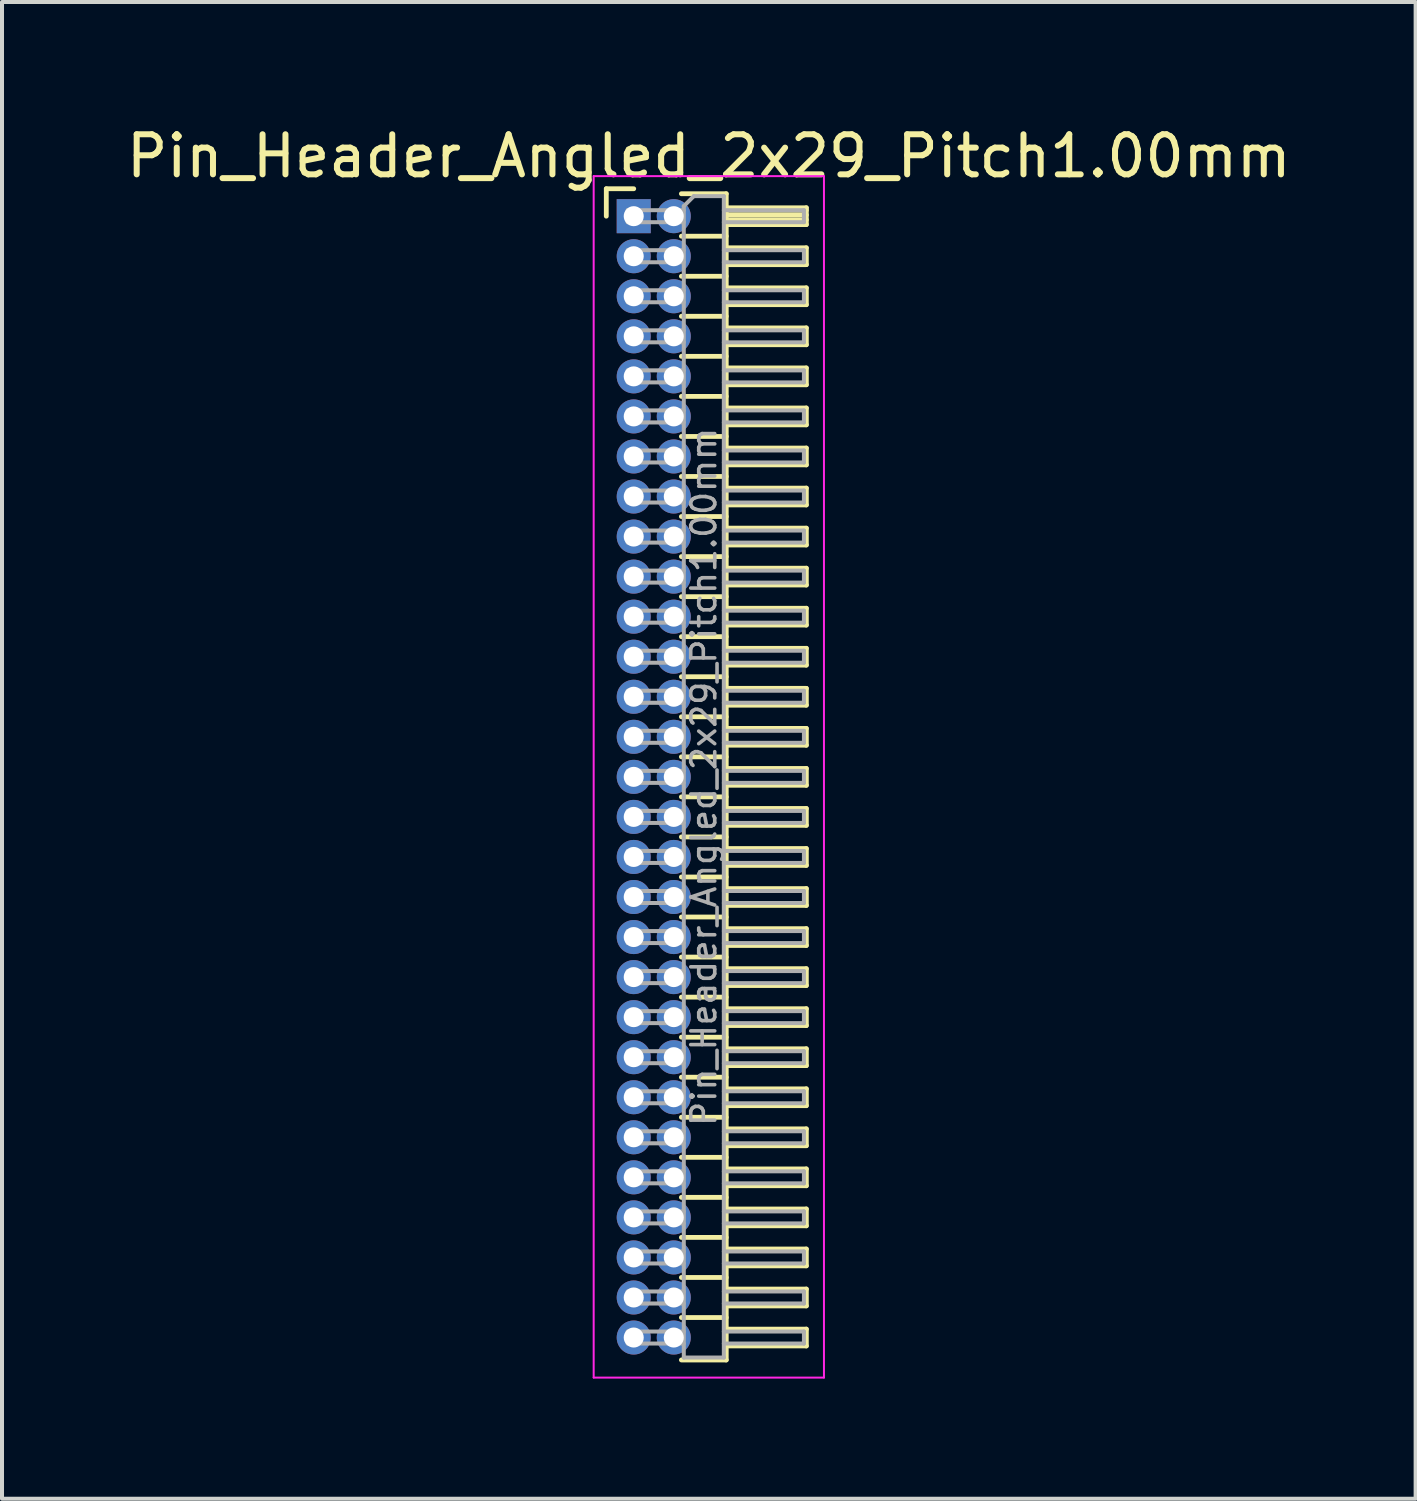
<source format=kicad_pcb>
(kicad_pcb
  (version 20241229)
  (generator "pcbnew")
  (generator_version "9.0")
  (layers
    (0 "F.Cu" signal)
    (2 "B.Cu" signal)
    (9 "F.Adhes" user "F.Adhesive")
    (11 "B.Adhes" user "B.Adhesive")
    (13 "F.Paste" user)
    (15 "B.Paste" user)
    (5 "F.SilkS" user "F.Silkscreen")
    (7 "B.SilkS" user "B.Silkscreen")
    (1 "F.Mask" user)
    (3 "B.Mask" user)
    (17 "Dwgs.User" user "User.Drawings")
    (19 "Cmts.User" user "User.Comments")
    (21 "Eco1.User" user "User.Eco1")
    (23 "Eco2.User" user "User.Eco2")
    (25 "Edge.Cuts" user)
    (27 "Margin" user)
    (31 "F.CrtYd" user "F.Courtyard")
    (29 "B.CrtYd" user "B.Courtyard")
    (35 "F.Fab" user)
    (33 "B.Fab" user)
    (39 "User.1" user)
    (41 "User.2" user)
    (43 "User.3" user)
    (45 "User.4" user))
  (footprint "Pin_Header_Angled_2x29_Pitch1.00mm"
    (layer "F.Cu")
    (at 12.774 2.348)
    (property "Reference" "Pin_Header_Angled_2x29_Pitch1.00mm" (at 1.875 -1.5 0) (layer "F.SilkS") (effects (font (size 1 1) (thickness 0.15))))
    (attr through_hole)
    (fp_line (start -0.685 -0.685) (end 0 -0.685) (stroke (width 0.12) (type solid)) (layer "F.SilkS"))
    (fp_line (start -0.685 0) (end -0.685 -0.685) (stroke (width 0.12) (type solid)) (layer "F.SilkS"))
    (fp_line (start 1.19 -0.56) (end 2.31 -0.56) (stroke (width 0.12) (type solid)) (layer "F.SilkS"))
    (fp_line (start 1.19 0.5) (end 2.31 0.5) (stroke (width 0.12) (type solid)) (layer "F.SilkS"))
    (fp_line (start 1.19 1.5) (end 2.31 1.5) (stroke (width 0.12) (type solid)) (layer "F.SilkS"))
    (fp_line (start 1.19 2.5) (end 2.31 2.5) (stroke (width 0.12) (type solid)) (layer "F.SilkS"))
    (fp_line (start 1.19 3.5) (end 2.31 3.5) (stroke (width 0.12) (type solid)) (layer "F.SilkS"))
    (fp_line (start 1.19 4.5) (end 2.31 4.5) (stroke (width 0.12) (type solid)) (layer "F.SilkS"))
    (fp_line (start 1.19 5.5) (end 2.31 5.5) (stroke (width 0.12) (type solid)) (layer "F.SilkS"))
    (fp_line (start 1.19 6.5) (end 2.31 6.5) (stroke (width 0.12) (type solid)) (layer "F.SilkS"))
    (fp_line (start 1.19 7.5) (end 2.31 7.5) (stroke (width 0.12) (type solid)) (layer "F.SilkS"))
    (fp_line (start 1.19 8.5) (end 2.31 8.5) (stroke (width 0.12) (type solid)) (layer "F.SilkS"))
    (fp_line (start 1.19 9.5) (end 2.31 9.5) (stroke (width 0.12) (type solid)) (layer "F.SilkS"))
    (fp_line (start 1.19 10.5) (end 2.31 10.5) (stroke (width 0.12) (type solid)) (layer "F.SilkS"))
    (fp_line (start 1.19 11.5) (end 2.31 11.5) (stroke (width 0.12) (type solid)) (layer "F.SilkS"))
    (fp_line (start 1.19 12.5) (end 2.31 12.5) (stroke (width 0.12) (type solid)) (layer "F.SilkS"))
    (fp_line (start 1.19 13.5) (end 2.31 13.5) (stroke (width 0.12) (type solid)) (layer "F.SilkS"))
    (fp_line (start 1.19 14.5) (end 2.31 14.5) (stroke (width 0.12) (type solid)) (layer "F.SilkS"))
    (fp_line (start 1.19 15.5) (end 2.31 15.5) (stroke (width 0.12) (type solid)) (layer "F.SilkS"))
    (fp_line (start 1.19 16.5) (end 2.31 16.5) (stroke (width 0.12) (type solid)) (layer "F.SilkS"))
    (fp_line (start 1.19 17.5) (end 2.31 17.5) (stroke (width 0.12) (type solid)) (layer "F.SilkS"))
    (fp_line (start 1.19 18.5) (end 2.31 18.5) (stroke (width 0.12) (type solid)) (layer "F.SilkS"))
    (fp_line (start 1.19 19.5) (end 2.31 19.5) (stroke (width 0.12) (type solid)) (layer "F.SilkS"))
    (fp_line (start 1.19 20.5) (end 2.31 20.5) (stroke (width 0.12) (type solid)) (layer "F.SilkS"))
    (fp_line (start 1.19 21.5) (end 2.31 21.5) (stroke (width 0.12) (type solid)) (layer "F.SilkS"))
    (fp_line (start 1.19 22.5) (end 2.31 22.5) (stroke (width 0.12) (type solid)) (layer "F.SilkS"))
    (fp_line (start 1.19 23.5) (end 2.31 23.5) (stroke (width 0.12) (type solid)) (layer "F.SilkS"))
    (fp_line (start 1.19 24.5) (end 2.31 24.5) (stroke (width 0.12) (type solid)) (layer "F.SilkS"))
    (fp_line (start 1.19 25.5) (end 2.31 25.5) (stroke (width 0.12) (type solid)) (layer "F.SilkS"))
    (fp_line (start 1.19 26.5) (end 2.31 26.5) (stroke (width 0.12) (type solid)) (layer "F.SilkS"))
    (fp_line (start 1.19 27.5) (end 2.31 27.5) (stroke (width 0.12) (type solid)) (layer "F.SilkS"))
    (fp_line (start 2.31 -0.56) (end 2.31 28.56) (stroke (width 0.12) (type solid)) (layer "F.SilkS"))
    (fp_line (start 2.31 -0.21) (end 4.31 -0.21) (stroke (width 0.12) (type solid)) (layer "F.SilkS"))
    (fp_line (start 2.31 -0.15) (end 4.31 -0.15) (stroke (width 0.12) (type solid)) (layer "F.SilkS"))
    (fp_line (start 2.31 -0.03) (end 4.31 -0.03) (stroke (width 0.12) (type solid)) (layer "F.SilkS"))
    (fp_line (start 2.31 0.09) (end 4.31 0.09) (stroke (width 0.12) (type solid)) (layer "F.SilkS"))
    (fp_line (start 2.31 0.79) (end 4.31 0.79) (stroke (width 0.12) (type solid)) (layer "F.SilkS"))
    (fp_line (start 2.31 1.79) (end 4.31 1.79) (stroke (width 0.12) (type solid)) (layer "F.SilkS"))
    (fp_line (start 2.31 2.79) (end 4.31 2.79) (stroke (width 0.12) (type solid)) (layer "F.SilkS"))
    (fp_line (start 2.31 3.79) (end 4.31 3.79) (stroke (width 0.12) (type solid)) (layer "F.SilkS"))
    (fp_line (start 2.31 4.79) (end 4.31 4.79) (stroke (width 0.12) (type solid)) (layer "F.SilkS"))
    (fp_line (start 2.31 5.79) (end 4.31 5.79) (stroke (width 0.12) (type solid)) (layer "F.SilkS"))
    (fp_line (start 2.31 6.79) (end 4.31 6.79) (stroke (width 0.12) (type solid)) (layer "F.SilkS"))
    (fp_line (start 2.31 7.79) (end 4.31 7.79) (stroke (width 0.12) (type solid)) (layer "F.SilkS"))
    (fp_line (start 2.31 8.79) (end 4.31 8.79) (stroke (width 0.12) (type solid)) (layer "F.SilkS"))
    (fp_line (start 2.31 9.79) (end 4.31 9.79) (stroke (width 0.12) (type solid)) (layer "F.SilkS"))
    (fp_line (start 2.31 10.79) (end 4.31 10.79) (stroke (width 0.12) (type solid)) (layer "F.SilkS"))
    (fp_line (start 2.31 11.79) (end 4.31 11.79) (stroke (width 0.12) (type solid)) (layer "F.SilkS"))
    (fp_line (start 2.31 12.79) (end 4.31 12.79) (stroke (width 0.12) (type solid)) (layer "F.SilkS"))
    (fp_line (start 2.31 13.79) (end 4.31 13.79) (stroke (width 0.12) (type solid)) (layer "F.SilkS"))
    (fp_line (start 2.31 14.79) (end 4.31 14.79) (stroke (width 0.12) (type solid)) (layer "F.SilkS"))
    (fp_line (start 2.31 15.79) (end 4.31 15.79) (stroke (width 0.12) (type solid)) (layer "F.SilkS"))
    (fp_line (start 2.31 16.79) (end 4.31 16.79) (stroke (width 0.12) (type solid)) (layer "F.SilkS"))
    (fp_line (start 2.31 17.79) (end 4.31 17.79) (stroke (width 0.12) (type solid)) (layer "F.SilkS"))
    (fp_line (start 2.31 18.79) (end 4.31 18.79) (stroke (width 0.12) (type solid)) (layer "F.SilkS"))
    (fp_line (start 2.31 19.79) (end 4.31 19.79) (stroke (width 0.12) (type solid)) (layer "F.SilkS"))
    (fp_line (start 2.31 20.79) (end 4.31 20.79) (stroke (width 0.12) (type solid)) (layer "F.SilkS"))
    (fp_line (start 2.31 21.79) (end 4.31 21.79) (stroke (width 0.12) (type solid)) (layer "F.SilkS"))
    (fp_line (start 2.31 22.79) (end 4.31 22.79) (stroke (width 0.12) (type solid)) (layer "F.SilkS"))
    (fp_line (start 2.31 23.79) (end 4.31 23.79) (stroke (width 0.12) (type solid)) (layer "F.SilkS"))
    (fp_line (start 2.31 24.79) (end 4.31 24.79) (stroke (width 0.12) (type solid)) (layer "F.SilkS"))
    (fp_line (start 2.31 25.79) (end 4.31 25.79) (stroke (width 0.12) (type solid)) (layer "F.SilkS"))
    (fp_line (start 2.31 26.79) (end 4.31 26.79) (stroke (width 0.12) (type solid)) (layer "F.SilkS"))
    (fp_line (start 2.31 27.79) (end 4.31 27.79) (stroke (width 0.12) (type solid)) (layer "F.SilkS"))
    (fp_line (start 2.31 28.56) (end 1.19 28.56) (stroke (width 0.12) (type solid)) (layer "F.SilkS"))
    (fp_line (start 4.31 -0.21) (end 4.31 0.21) (stroke (width 0.12) (type solid)) (layer "F.SilkS"))
    (fp_line (start 4.31 0.21) (end 2.31 0.21) (stroke (width 0.12) (type solid)) (layer "F.SilkS"))
    (fp_line (start 4.31 0.79) (end 4.31 1.21) (stroke (width 0.12) (type solid)) (layer "F.SilkS"))
    (fp_line (start 4.31 1.21) (end 2.31 1.21) (stroke (width 0.12) (type solid)) (layer "F.SilkS"))
    (fp_line (start 4.31 1.79) (end 4.31 2.21) (stroke (width 0.12) (type solid)) (layer "F.SilkS"))
    (fp_line (start 4.31 2.21) (end 2.31 2.21) (stroke (width 0.12) (type solid)) (layer "F.SilkS"))
    (fp_line (start 4.31 2.79) (end 4.31 3.21) (stroke (width 0.12) (type solid)) (layer "F.SilkS"))
    (fp_line (start 4.31 3.21) (end 2.31 3.21) (stroke (width 0.12) (type solid)) (layer "F.SilkS"))
    (fp_line (start 4.31 3.79) (end 4.31 4.21) (stroke (width 0.12) (type solid)) (layer "F.SilkS"))
    (fp_line (start 4.31 4.21) (end 2.31 4.21) (stroke (width 0.12) (type solid)) (layer "F.SilkS"))
    (fp_line (start 4.31 4.79) (end 4.31 5.21) (stroke (width 0.12) (type solid)) (layer "F.SilkS"))
    (fp_line (start 4.31 5.21) (end 2.31 5.21) (stroke (width 0.12) (type solid)) (layer "F.SilkS"))
    (fp_line (start 4.31 5.79) (end 4.31 6.21) (stroke (width 0.12) (type solid)) (layer "F.SilkS"))
    (fp_line (start 4.31 6.21) (end 2.31 6.21) (stroke (width 0.12) (type solid)) (layer "F.SilkS"))
    (fp_line (start 4.31 6.79) (end 4.31 7.21) (stroke (width 0.12) (type solid)) (layer "F.SilkS"))
    (fp_line (start 4.31 7.21) (end 2.31 7.21) (stroke (width 0.12) (type solid)) (layer "F.SilkS"))
    (fp_line (start 4.31 7.79) (end 4.31 8.21) (stroke (width 0.12) (type solid)) (layer "F.SilkS"))
    (fp_line (start 4.31 8.21) (end 2.31 8.21) (stroke (width 0.12) (type solid)) (layer "F.SilkS"))
    (fp_line (start 4.31 8.79) (end 4.31 9.21) (stroke (width 0.12) (type solid)) (layer "F.SilkS"))
    (fp_line (start 4.31 9.21) (end 2.31 9.21) (stroke (width 0.12) (type solid)) (layer "F.SilkS"))
    (fp_line (start 4.31 9.79) (end 4.31 10.21) (stroke (width 0.12) (type solid)) (layer "F.SilkS"))
    (fp_line (start 4.31 10.21) (end 2.31 10.21) (stroke (width 0.12) (type solid)) (layer "F.SilkS"))
    (fp_line (start 4.31 10.79) (end 4.31 11.21) (stroke (width 0.12) (type solid)) (layer "F.SilkS"))
    (fp_line (start 4.31 11.21) (end 2.31 11.21) (stroke (width 0.12) (type solid)) (layer "F.SilkS"))
    (fp_line (start 4.31 11.79) (end 4.31 12.21) (stroke (width 0.12) (type solid)) (layer "F.SilkS"))
    (fp_line (start 4.31 12.21) (end 2.31 12.21) (stroke (width 0.12) (type solid)) (layer "F.SilkS"))
    (fp_line (start 4.31 12.79) (end 4.31 13.21) (stroke (width 0.12) (type solid)) (layer "F.SilkS"))
    (fp_line (start 4.31 13.21) (end 2.31 13.21) (stroke (width 0.12) (type solid)) (layer "F.SilkS"))
    (fp_line (start 4.31 13.79) (end 4.31 14.21) (stroke (width 0.12) (type solid)) (layer "F.SilkS"))
    (fp_line (start 4.31 14.21) (end 2.31 14.21) (stroke (width 0.12) (type solid)) (layer "F.SilkS"))
    (fp_line (start 4.31 14.79) (end 4.31 15.21) (stroke (width 0.12) (type solid)) (layer "F.SilkS"))
    (fp_line (start 4.31 15.21) (end 2.31 15.21) (stroke (width 0.12) (type solid)) (layer "F.SilkS"))
    (fp_line (start 4.31 15.79) (end 4.31 16.21) (stroke (width 0.12) (type solid)) (layer "F.SilkS"))
    (fp_line (start 4.31 16.21) (end 2.31 16.21) (stroke (width 0.12) (type solid)) (layer "F.SilkS"))
    (fp_line (start 4.31 16.79) (end 4.31 17.21) (stroke (width 0.12) (type solid)) (layer "F.SilkS"))
    (fp_line (start 4.31 17.21) (end 2.31 17.21) (stroke (width 0.12) (type solid)) (layer "F.SilkS"))
    (fp_line (start 4.31 17.79) (end 4.31 18.21) (stroke (width 0.12) (type solid)) (layer "F.SilkS"))
    (fp_line (start 4.31 18.21) (end 2.31 18.21) (stroke (width 0.12) (type solid)) (layer "F.SilkS"))
    (fp_line (start 4.31 18.79) (end 4.31 19.21) (stroke (width 0.12) (type solid)) (layer "F.SilkS"))
    (fp_line (start 4.31 19.21) (end 2.31 19.21) (stroke (width 0.12) (type solid)) (layer "F.SilkS"))
    (fp_line (start 4.31 19.79) (end 4.31 20.21) (stroke (width 0.12) (type solid)) (layer "F.SilkS"))
    (fp_line (start 4.31 20.21) (end 2.31 20.21) (stroke (width 0.12) (type solid)) (layer "F.SilkS"))
    (fp_line (start 4.31 20.79) (end 4.31 21.21) (stroke (width 0.12) (type solid)) (layer "F.SilkS"))
    (fp_line (start 4.31 21.21) (end 2.31 21.21) (stroke (width 0.12) (type solid)) (layer "F.SilkS"))
    (fp_line (start 4.31 21.79) (end 4.31 22.21) (stroke (width 0.12) (type solid)) (layer "F.SilkS"))
    (fp_line (start 4.31 22.21) (end 2.31 22.21) (stroke (width 0.12) (type solid)) (layer "F.SilkS"))
    (fp_line (start 4.31 22.79) (end 4.31 23.21) (stroke (width 0.12) (type solid)) (layer "F.SilkS"))
    (fp_line (start 4.31 23.21) (end 2.31 23.21) (stroke (width 0.12) (type solid)) (layer "F.SilkS"))
    (fp_line (start 4.31 23.79) (end 4.31 24.21) (stroke (width 0.12) (type solid)) (layer "F.SilkS"))
    (fp_line (start 4.31 24.21) (end 2.31 24.21) (stroke (width 0.12) (type solid)) (layer "F.SilkS"))
    (fp_line (start 4.31 24.79) (end 4.31 25.21) (stroke (width 0.12) (type solid)) (layer "F.SilkS"))
    (fp_line (start 4.31 25.21) (end 2.31 25.21) (stroke (width 0.12) (type solid)) (layer "F.SilkS"))
    (fp_line (start 4.31 25.79) (end 4.31 26.21) (stroke (width 0.12) (type solid)) (layer "F.SilkS"))
    (fp_line (start 4.31 26.21) (end 2.31 26.21) (stroke (width 0.12) (type solid)) (layer "F.SilkS"))
    (fp_line (start 4.31 26.79) (end 4.31 27.21) (stroke (width 0.12) (type solid)) (layer "F.SilkS"))
    (fp_line (start 4.31 27.21) (end 2.31 27.21) (stroke (width 0.12) (type solid)) (layer "F.SilkS"))
    (fp_line (start 4.31 27.79) (end 4.31 28.21) (stroke (width 0.12) (type solid)) (layer "F.SilkS"))
    (fp_line (start 4.31 28.21) (end 2.31 28.21) (stroke (width 0.12) (type solid)) (layer "F.SilkS"))
    (fp_line (start -1 -1) (end -1 29) (stroke (width 0.05) (type solid)) (layer "F.CrtYd"))
    (fp_line (start -1 29) (end 4.75 29) (stroke (width 0.05) (type solid)) (layer "F.CrtYd"))
    (fp_line (start 4.75 -1) (end -1 -1) (stroke (width 0.05) (type solid)) (layer "F.CrtYd"))
    (fp_line (start 4.75 29) (end 4.75 -1) (stroke (width 0.05) (type solid)) (layer "F.CrtYd"))
    (fp_line (start -0.15 -0.15) (end -0.15 0.15) (stroke (width 0.1) (type solid)) (layer "F.Fab"))
    (fp_line (start -0.15 -0.15) (end 1.25 -0.15) (stroke (width 0.1) (type solid)) (layer "F.Fab"))
    (fp_line (start -0.15 0.15) (end 1.25 0.15) (stroke (width 0.1) (type solid)) (layer "F.Fab"))
    (fp_line (start -0.15 0.85) (end -0.15 1.15) (stroke (width 0.1) (type solid)) (layer "F.Fab"))
    (fp_line (start -0.15 0.85) (end 1.25 0.85) (stroke (width 0.1) (type solid)) (layer "F.Fab"))
    (fp_line (start -0.15 1.15) (end 1.25 1.15) (stroke (width 0.1) (type solid)) (layer "F.Fab"))
    (fp_line (start -0.15 1.85) (end -0.15 2.15) (stroke (width 0.1) (type solid)) (layer "F.Fab"))
    (fp_line (start -0.15 1.85) (end 1.25 1.85) (stroke (width 0.1) (type solid)) (layer "F.Fab"))
    (fp_line (start -0.15 2.15) (end 1.25 2.15) (stroke (width 0.1) (type solid)) (layer "F.Fab"))
    (fp_line (start -0.15 2.85) (end -0.15 3.15) (stroke (width 0.1) (type solid)) (layer "F.Fab"))
    (fp_line (start -0.15 2.85) (end 1.25 2.85) (stroke (width 0.1) (type solid)) (layer "F.Fab"))
    (fp_line (start -0.15 3.15) (end 1.25 3.15) (stroke (width 0.1) (type solid)) (layer "F.Fab"))
    (fp_line (start -0.15 3.85) (end -0.15 4.15) (stroke (width 0.1) (type solid)) (layer "F.Fab"))
    (fp_line (start -0.15 3.85) (end 1.25 3.85) (stroke (width 0.1) (type solid)) (layer "F.Fab"))
    (fp_line (start -0.15 4.15) (end 1.25 4.15) (stroke (width 0.1) (type solid)) (layer "F.Fab"))
    (fp_line (start -0.15 4.85) (end -0.15 5.15) (stroke (width 0.1) (type solid)) (layer "F.Fab"))
    (fp_line (start -0.15 4.85) (end 1.25 4.85) (stroke (width 0.1) (type solid)) (layer "F.Fab"))
    (fp_line (start -0.15 5.15) (end 1.25 5.15) (stroke (width 0.1) (type solid)) (layer "F.Fab"))
    (fp_line (start -0.15 5.85) (end -0.15 6.15) (stroke (width 0.1) (type solid)) (layer "F.Fab"))
    (fp_line (start -0.15 5.85) (end 1.25 5.85) (stroke (width 0.1) (type solid)) (layer "F.Fab"))
    (fp_line (start -0.15 6.15) (end 1.25 6.15) (stroke (width 0.1) (type solid)) (layer "F.Fab"))
    (fp_line (start -0.15 6.85) (end -0.15 7.15) (stroke (width 0.1) (type solid)) (layer "F.Fab"))
    (fp_line (start -0.15 6.85) (end 1.25 6.85) (stroke (width 0.1) (type solid)) (layer "F.Fab"))
    (fp_line (start -0.15 7.15) (end 1.25 7.15) (stroke (width 0.1) (type solid)) (layer "F.Fab"))
    (fp_line (start -0.15 7.85) (end -0.15 8.15) (stroke (width 0.1) (type solid)) (layer "F.Fab"))
    (fp_line (start -0.15 7.85) (end 1.25 7.85) (stroke (width 0.1) (type solid)) (layer "F.Fab"))
    (fp_line (start -0.15 8.15) (end 1.25 8.15) (stroke (width 0.1) (type solid)) (layer "F.Fab"))
    (fp_line (start -0.15 8.85) (end -0.15 9.15) (stroke (width 0.1) (type solid)) (layer "F.Fab"))
    (fp_line (start -0.15 8.85) (end 1.25 8.85) (stroke (width 0.1) (type solid)) (layer "F.Fab"))
    (fp_line (start -0.15 9.15) (end 1.25 9.15) (stroke (width 0.1) (type solid)) (layer "F.Fab"))
    (fp_line (start -0.15 9.85) (end -0.15 10.15) (stroke (width 0.1) (type solid)) (layer "F.Fab"))
    (fp_line (start -0.15 9.85) (end 1.25 9.85) (stroke (width 0.1) (type solid)) (layer "F.Fab"))
    (fp_line (start -0.15 10.15) (end 1.25 10.15) (stroke (width 0.1) (type solid)) (layer "F.Fab"))
    (fp_line (start -0.15 10.85) (end -0.15 11.15) (stroke (width 0.1) (type solid)) (layer "F.Fab"))
    (fp_line (start -0.15 10.85) (end 1.25 10.85) (stroke (width 0.1) (type solid)) (layer "F.Fab"))
    (fp_line (start -0.15 11.15) (end 1.25 11.15) (stroke (width 0.1) (type solid)) (layer "F.Fab"))
    (fp_line (start -0.15 11.85) (end -0.15 12.15) (stroke (width 0.1) (type solid)) (layer "F.Fab"))
    (fp_line (start -0.15 11.85) (end 1.25 11.85) (stroke (width 0.1) (type solid)) (layer "F.Fab"))
    (fp_line (start -0.15 12.15) (end 1.25 12.15) (stroke (width 0.1) (type solid)) (layer "F.Fab"))
    (fp_line (start -0.15 12.85) (end -0.15 13.15) (stroke (width 0.1) (type solid)) (layer "F.Fab"))
    (fp_line (start -0.15 12.85) (end 1.25 12.85) (stroke (width 0.1) (type solid)) (layer "F.Fab"))
    (fp_line (start -0.15 13.15) (end 1.25 13.15) (stroke (width 0.1) (type solid)) (layer "F.Fab"))
    (fp_line (start -0.15 13.85) (end -0.15 14.15) (stroke (width 0.1) (type solid)) (layer "F.Fab"))
    (fp_line (start -0.15 13.85) (end 1.25 13.85) (stroke (width 0.1) (type solid)) (layer "F.Fab"))
    (fp_line (start -0.15 14.15) (end 1.25 14.15) (stroke (width 0.1) (type solid)) (layer "F.Fab"))
    (fp_line (start -0.15 14.85) (end -0.15 15.15) (stroke (width 0.1) (type solid)) (layer "F.Fab"))
    (fp_line (start -0.15 14.85) (end 1.25 14.85) (stroke (width 0.1) (type solid)) (layer "F.Fab"))
    (fp_line (start -0.15 15.15) (end 1.25 15.15) (stroke (width 0.1) (type solid)) (layer "F.Fab"))
    (fp_line (start -0.15 15.85) (end -0.15 16.15) (stroke (width 0.1) (type solid)) (layer "F.Fab"))
    (fp_line (start -0.15 15.85) (end 1.25 15.85) (stroke (width 0.1) (type solid)) (layer "F.Fab"))
    (fp_line (start -0.15 16.15) (end 1.25 16.15) (stroke (width 0.1) (type solid)) (layer "F.Fab"))
    (fp_line (start -0.15 16.85) (end -0.15 17.15) (stroke (width 0.1) (type solid)) (layer "F.Fab"))
    (fp_line (start -0.15 16.85) (end 1.25 16.85) (stroke (width 0.1) (type solid)) (layer "F.Fab"))
    (fp_line (start -0.15 17.15) (end 1.25 17.15) (stroke (width 0.1) (type solid)) (layer "F.Fab"))
    (fp_line (start -0.15 17.85) (end -0.15 18.15) (stroke (width 0.1) (type solid)) (layer "F.Fab"))
    (fp_line (start -0.15 17.85) (end 1.25 17.85) (stroke (width 0.1) (type solid)) (layer "F.Fab"))
    (fp_line (start -0.15 18.15) (end 1.25 18.15) (stroke (width 0.1) (type solid)) (layer "F.Fab"))
    (fp_line (start -0.15 18.85) (end -0.15 19.15) (stroke (width 0.1) (type solid)) (layer "F.Fab"))
    (fp_line (start -0.15 18.85) (end 1.25 18.85) (stroke (width 0.1) (type solid)) (layer "F.Fab"))
    (fp_line (start -0.15 19.15) (end 1.25 19.15) (stroke (width 0.1) (type solid)) (layer "F.Fab"))
    (fp_line (start -0.15 19.85) (end -0.15 20.15) (stroke (width 0.1) (type solid)) (layer "F.Fab"))
    (fp_line (start -0.15 19.85) (end 1.25 19.85) (stroke (width 0.1) (type solid)) (layer "F.Fab"))
    (fp_line (start -0.15 20.15) (end 1.25 20.15) (stroke (width 0.1) (type solid)) (layer "F.Fab"))
    (fp_line (start -0.15 20.85) (end -0.15 21.15) (stroke (width 0.1) (type solid)) (layer "F.Fab"))
    (fp_line (start -0.15 20.85) (end 1.25 20.85) (stroke (width 0.1) (type solid)) (layer "F.Fab"))
    (fp_line (start -0.15 21.15) (end 1.25 21.15) (stroke (width 0.1) (type solid)) (layer "F.Fab"))
    (fp_line (start -0.15 21.85) (end -0.15 22.15) (stroke (width 0.1) (type solid)) (layer "F.Fab"))
    (fp_line (start -0.15 21.85) (end 1.25 21.85) (stroke (width 0.1) (type solid)) (layer "F.Fab"))
    (fp_line (start -0.15 22.15) (end 1.25 22.15) (stroke (width 0.1) (type solid)) (layer "F.Fab"))
    (fp_line (start -0.15 22.85) (end -0.15 23.15) (stroke (width 0.1) (type solid)) (layer "F.Fab"))
    (fp_line (start -0.15 22.85) (end 1.25 22.85) (stroke (width 0.1) (type solid)) (layer "F.Fab"))
    (fp_line (start -0.15 23.15) (end 1.25 23.15) (stroke (width 0.1) (type solid)) (layer "F.Fab"))
    (fp_line (start -0.15 23.85) (end -0.15 24.15) (stroke (width 0.1) (type solid)) (layer "F.Fab"))
    (fp_line (start -0.15 23.85) (end 1.25 23.85) (stroke (width 0.1) (type solid)) (layer "F.Fab"))
    (fp_line (start -0.15 24.15) (end 1.25 24.15) (stroke (width 0.1) (type solid)) (layer "F.Fab"))
    (fp_line (start -0.15 24.85) (end -0.15 25.15) (stroke (width 0.1) (type solid)) (layer "F.Fab"))
    (fp_line (start -0.15 24.85) (end 1.25 24.85) (stroke (width 0.1) (type solid)) (layer "F.Fab"))
    (fp_line (start -0.15 25.15) (end 1.25 25.15) (stroke (width 0.1) (type solid)) (layer "F.Fab"))
    (fp_line (start -0.15 25.85) (end -0.15 26.15) (stroke (width 0.1) (type solid)) (layer "F.Fab"))
    (fp_line (start -0.15 25.85) (end 1.25 25.85) (stroke (width 0.1) (type solid)) (layer "F.Fab"))
    (fp_line (start -0.15 26.15) (end 1.25 26.15) (stroke (width 0.1) (type solid)) (layer "F.Fab"))
    (fp_line (start -0.15 26.85) (end -0.15 27.15) (stroke (width 0.1) (type solid)) (layer "F.Fab"))
    (fp_line (start -0.15 26.85) (end 1.25 26.85) (stroke (width 0.1) (type solid)) (layer "F.Fab"))
    (fp_line (start -0.15 27.15) (end 1.25 27.15) (stroke (width 0.1) (type solid)) (layer "F.Fab"))
    (fp_line (start -0.15 27.85) (end -0.15 28.15) (stroke (width 0.1) (type solid)) (layer "F.Fab"))
    (fp_line (start -0.15 27.85) (end 1.25 27.85) (stroke (width 0.1) (type solid)) (layer "F.Fab"))
    (fp_line (start -0.15 28.15) (end 1.25 28.15) (stroke (width 0.1) (type solid)) (layer "F.Fab"))
    (fp_line (start 1.25 -0.25) (end 1.5 -0.5) (stroke (width 0.1) (type solid)) (layer "F.Fab"))
    (fp_line (start 1.25 28.5) (end 1.25 -0.25) (stroke (width 0.1) (type solid)) (layer "F.Fab"))
    (fp_line (start 1.5 -0.5) (end 2.25 -0.5) (stroke (width 0.1) (type solid)) (layer "F.Fab"))
    (fp_line (start 2.25 -0.5) (end 2.25 28.5) (stroke (width 0.1) (type solid)) (layer "F.Fab"))
    (fp_line (start 2.25 -0.15) (end 4.25 -0.15) (stroke (width 0.1) (type solid)) (layer "F.Fab"))
    (fp_line (start 2.25 0.15) (end 4.25 0.15) (stroke (width 0.1) (type solid)) (layer "F.Fab"))
    (fp_line (start 2.25 0.85) (end 4.25 0.85) (stroke (width 0.1) (type solid)) (layer "F.Fab"))
    (fp_line (start 2.25 1.15) (end 4.25 1.15) (stroke (width 0.1) (type solid)) (layer "F.Fab"))
    (fp_line (start 2.25 1.85) (end 4.25 1.85) (stroke (width 0.1) (type solid)) (layer "F.Fab"))
    (fp_line (start 2.25 2.15) (end 4.25 2.15) (stroke (width 0.1) (type solid)) (layer "F.Fab"))
    (fp_line (start 2.25 2.85) (end 4.25 2.85) (stroke (width 0.1) (type solid)) (layer "F.Fab"))
    (fp_line (start 2.25 3.15) (end 4.25 3.15) (stroke (width 0.1) (type solid)) (layer "F.Fab"))
    (fp_line (start 2.25 3.85) (end 4.25 3.85) (stroke (width 0.1) (type solid)) (layer "F.Fab"))
    (fp_line (start 2.25 4.15) (end 4.25 4.15) (stroke (width 0.1) (type solid)) (layer "F.Fab"))
    (fp_line (start 2.25 4.85) (end 4.25 4.85) (stroke (width 0.1) (type solid)) (layer "F.Fab"))
    (fp_line (start 2.25 5.15) (end 4.25 5.15) (stroke (width 0.1) (type solid)) (layer "F.Fab"))
    (fp_line (start 2.25 5.85) (end 4.25 5.85) (stroke (width 0.1) (type solid)) (layer "F.Fab"))
    (fp_line (start 2.25 6.15) (end 4.25 6.15) (stroke (width 0.1) (type solid)) (layer "F.Fab"))
    (fp_line (start 2.25 6.85) (end 4.25 6.85) (stroke (width 0.1) (type solid)) (layer "F.Fab"))
    (fp_line (start 2.25 7.15) (end 4.25 7.15) (stroke (width 0.1) (type solid)) (layer "F.Fab"))
    (fp_line (start 2.25 7.85) (end 4.25 7.85) (stroke (width 0.1) (type solid)) (layer "F.Fab"))
    (fp_line (start 2.25 8.15) (end 4.25 8.15) (stroke (width 0.1) (type solid)) (layer "F.Fab"))
    (fp_line (start 2.25 8.85) (end 4.25 8.85) (stroke (width 0.1) (type solid)) (layer "F.Fab"))
    (fp_line (start 2.25 9.15) (end 4.25 9.15) (stroke (width 0.1) (type solid)) (layer "F.Fab"))
    (fp_line (start 2.25 9.85) (end 4.25 9.85) (stroke (width 0.1) (type solid)) (layer "F.Fab"))
    (fp_line (start 2.25 10.15) (end 4.25 10.15) (stroke (width 0.1) (type solid)) (layer "F.Fab"))
    (fp_line (start 2.25 10.85) (end 4.25 10.85) (stroke (width 0.1) (type solid)) (layer "F.Fab"))
    (fp_line (start 2.25 11.15) (end 4.25 11.15) (stroke (width 0.1) (type solid)) (layer "F.Fab"))
    (fp_line (start 2.25 11.85) (end 4.25 11.85) (stroke (width 0.1) (type solid)) (layer "F.Fab"))
    (fp_line (start 2.25 12.15) (end 4.25 12.15) (stroke (width 0.1) (type solid)) (layer "F.Fab"))
    (fp_line (start 2.25 12.85) (end 4.25 12.85) (stroke (width 0.1) (type solid)) (layer "F.Fab"))
    (fp_line (start 2.25 13.15) (end 4.25 13.15) (stroke (width 0.1) (type solid)) (layer "F.Fab"))
    (fp_line (start 2.25 13.85) (end 4.25 13.85) (stroke (width 0.1) (type solid)) (layer "F.Fab"))
    (fp_line (start 2.25 14.15) (end 4.25 14.15) (stroke (width 0.1) (type solid)) (layer "F.Fab"))
    (fp_line (start 2.25 14.85) (end 4.25 14.85) (stroke (width 0.1) (type solid)) (layer "F.Fab"))
    (fp_line (start 2.25 15.15) (end 4.25 15.15) (stroke (width 0.1) (type solid)) (layer "F.Fab"))
    (fp_line (start 2.25 15.85) (end 4.25 15.85) (stroke (width 0.1) (type solid)) (layer "F.Fab"))
    (fp_line (start 2.25 16.15) (end 4.25 16.15) (stroke (width 0.1) (type solid)) (layer "F.Fab"))
    (fp_line (start 2.25 16.85) (end 4.25 16.85) (stroke (width 0.1) (type solid)) (layer "F.Fab"))
    (fp_line (start 2.25 17.15) (end 4.25 17.15) (stroke (width 0.1) (type solid)) (layer "F.Fab"))
    (fp_line (start 2.25 17.85) (end 4.25 17.85) (stroke (width 0.1) (type solid)) (layer "F.Fab"))
    (fp_line (start 2.25 18.15) (end 4.25 18.15) (stroke (width 0.1) (type solid)) (layer "F.Fab"))
    (fp_line (start 2.25 18.85) (end 4.25 18.85) (stroke (width 0.1) (type solid)) (layer "F.Fab"))
    (fp_line (start 2.25 19.15) (end 4.25 19.15) (stroke (width 0.1) (type solid)) (layer "F.Fab"))
    (fp_line (start 2.25 19.85) (end 4.25 19.85) (stroke (width 0.1) (type solid)) (layer "F.Fab"))
    (fp_line (start 2.25 20.15) (end 4.25 20.15) (stroke (width 0.1) (type solid)) (layer "F.Fab"))
    (fp_line (start 2.25 20.85) (end 4.25 20.85) (stroke (width 0.1) (type solid)) (layer "F.Fab"))
    (fp_line (start 2.25 21.15) (end 4.25 21.15) (stroke (width 0.1) (type solid)) (layer "F.Fab"))
    (fp_line (start 2.25 21.85) (end 4.25 21.85) (stroke (width 0.1) (type solid)) (layer "F.Fab"))
    (fp_line (start 2.25 22.15) (end 4.25 22.15) (stroke (width 0.1) (type solid)) (layer "F.Fab"))
    (fp_line (start 2.25 22.85) (end 4.25 22.85) (stroke (width 0.1) (type solid)) (layer "F.Fab"))
    (fp_line (start 2.25 23.15) (end 4.25 23.15) (stroke (width 0.1) (type solid)) (layer "F.Fab"))
    (fp_line (start 2.25 23.85) (end 4.25 23.85) (stroke (width 0.1) (type solid)) (layer "F.Fab"))
    (fp_line (start 2.25 24.15) (end 4.25 24.15) (stroke (width 0.1) (type solid)) (layer "F.Fab"))
    (fp_line (start 2.25 24.85) (end 4.25 24.85) (stroke (width 0.1) (type solid)) (layer "F.Fab"))
    (fp_line (start 2.25 25.15) (end 4.25 25.15) (stroke (width 0.1) (type solid)) (layer "F.Fab"))
    (fp_line (start 2.25 25.85) (end 4.25 25.85) (stroke (width 0.1) (type solid)) (layer "F.Fab"))
    (fp_line (start 2.25 26.15) (end 4.25 26.15) (stroke (width 0.1) (type solid)) (layer "F.Fab"))
    (fp_line (start 2.25 26.85) (end 4.25 26.85) (stroke (width 0.1) (type solid)) (layer "F.Fab"))
    (fp_line (start 2.25 27.15) (end 4.25 27.15) (stroke (width 0.1) (type solid)) (layer "F.Fab"))
    (fp_line (start 2.25 27.85) (end 4.25 27.85) (stroke (width 0.1) (type solid)) (layer "F.Fab"))
    (fp_line (start 2.25 28.15) (end 4.25 28.15) (stroke (width 0.1) (type solid)) (layer "F.Fab"))
    (fp_line (start 2.25 28.5) (end 1.25 28.5) (stroke (width 0.1) (type solid)) (layer "F.Fab"))
    (fp_line (start 4.25 -0.15) (end 4.25 0.15) (stroke (width 0.1) (type solid)) (layer "F.Fab"))
    (fp_line (start 4.25 0.85) (end 4.25 1.15) (stroke (width 0.1) (type solid)) (layer "F.Fab"))
    (fp_line (start 4.25 1.85) (end 4.25 2.15) (stroke (width 0.1) (type solid)) (layer "F.Fab"))
    (fp_line (start 4.25 2.85) (end 4.25 3.15) (stroke (width 0.1) (type solid)) (layer "F.Fab"))
    (fp_line (start 4.25 3.85) (end 4.25 4.15) (stroke (width 0.1) (type solid)) (layer "F.Fab"))
    (fp_line (start 4.25 4.85) (end 4.25 5.15) (stroke (width 0.1) (type solid)) (layer "F.Fab"))
    (fp_line (start 4.25 5.85) (end 4.25 6.15) (stroke (width 0.1) (type solid)) (layer "F.Fab"))
    (fp_line (start 4.25 6.85) (end 4.25 7.15) (stroke (width 0.1) (type solid)) (layer "F.Fab"))
    (fp_line (start 4.25 7.85) (end 4.25 8.15) (stroke (width 0.1) (type solid)) (layer "F.Fab"))
    (fp_line (start 4.25 8.85) (end 4.25 9.15) (stroke (width 0.1) (type solid)) (layer "F.Fab"))
    (fp_line (start 4.25 9.85) (end 4.25 10.15) (stroke (width 0.1) (type solid)) (layer "F.Fab"))
    (fp_line (start 4.25 10.85) (end 4.25 11.15) (stroke (width 0.1) (type solid)) (layer "F.Fab"))
    (fp_line (start 4.25 11.85) (end 4.25 12.15) (stroke (width 0.1) (type solid)) (layer "F.Fab"))
    (fp_line (start 4.25 12.85) (end 4.25 13.15) (stroke (width 0.1) (type solid)) (layer "F.Fab"))
    (fp_line (start 4.25 13.85) (end 4.25 14.15) (stroke (width 0.1) (type solid)) (layer "F.Fab"))
    (fp_line (start 4.25 14.85) (end 4.25 15.15) (stroke (width 0.1) (type solid)) (layer "F.Fab"))
    (fp_line (start 4.25 15.85) (end 4.25 16.15) (stroke (width 0.1) (type solid)) (layer "F.Fab"))
    (fp_line (start 4.25 16.85) (end 4.25 17.15) (stroke (width 0.1) (type solid)) (layer "F.Fab"))
    (fp_line (start 4.25 17.85) (end 4.25 18.15) (stroke (width 0.1) (type solid)) (layer "F.Fab"))
    (fp_line (start 4.25 18.85) (end 4.25 19.15) (stroke (width 0.1) (type solid)) (layer "F.Fab"))
    (fp_line (start 4.25 19.85) (end 4.25 20.15) (stroke (width 0.1) (type solid)) (layer "F.Fab"))
    (fp_line (start 4.25 20.85) (end 4.25 21.15) (stroke (width 0.1) (type solid)) (layer "F.Fab"))
    (fp_line (start 4.25 21.85) (end 4.25 22.15) (stroke (width 0.1) (type solid)) (layer "F.Fab"))
    (fp_line (start 4.25 22.85) (end 4.25 23.15) (stroke (width 0.1) (type solid)) (layer "F.Fab"))
    (fp_line (start 4.25 23.85) (end 4.25 24.15) (stroke (width 0.1) (type solid)) (layer "F.Fab"))
    (fp_line (start 4.25 24.85) (end 4.25 25.15) (stroke (width 0.1) (type solid)) (layer "F.Fab"))
    (fp_line (start 4.25 25.85) (end 4.25 26.15) (stroke (width 0.1) (type solid)) (layer "F.Fab"))
    (fp_line (start 4.25 26.85) (end 4.25 27.15) (stroke (width 0.1) (type solid)) (layer "F.Fab"))
    (fp_line (start 4.25 27.85) (end 4.25 28.15) (stroke (width 0.1) (type solid)) (layer "F.Fab"))
    (fp_text user "${REFERENCE}" (at 1.75 14 90) (layer "F.Fab") (effects (font (size 0.6 0.6) (thickness 0.09))))
    (pad "1" thru_hole rect (at 0 0) (size 0.85 0.85) (drill 0.5) (layers "*.Cu" "*.Mask"))
    (pad "2" thru_hole oval (at 1 0) (size 0.85 0.85) (drill 0.5) (layers "*.Cu" "*.Mask"))
    (pad "3" thru_hole oval (at 0 1) (size 0.85 0.85) (drill 0.5) (layers "*.Cu" "*.Mask"))
    (pad "4" thru_hole oval (at 1 1) (size 0.85 0.85) (drill 0.5) (layers "*.Cu" "*.Mask"))
    (pad "5" thru_hole oval (at 0 2) (size 0.85 0.85) (drill 0.5) (layers "*.Cu" "*.Mask"))
    (pad "6" thru_hole oval (at 1 2) (size 0.85 0.85) (drill 0.5) (layers "*.Cu" "*.Mask"))
    (pad "7" thru_hole oval (at 0 3) (size 0.85 0.85) (drill 0.5) (layers "*.Cu" "*.Mask"))
    (pad "8" thru_hole oval (at 1 3) (size 0.85 0.85) (drill 0.5) (layers "*.Cu" "*.Mask"))
    (pad "9" thru_hole oval (at 0 4) (size 0.85 0.85) (drill 0.5) (layers "*.Cu" "*.Mask"))
    (pad "10" thru_hole oval (at 1 4) (size 0.85 0.85) (drill 0.5) (layers "*.Cu" "*.Mask"))
    (pad "11" thru_hole oval (at 0 5) (size 0.85 0.85) (drill 0.5) (layers "*.Cu" "*.Mask"))
    (pad "12" thru_hole oval (at 1 5) (size 0.85 0.85) (drill 0.5) (layers "*.Cu" "*.Mask"))
    (pad "13" thru_hole oval (at 0 6) (size 0.85 0.85) (drill 0.5) (layers "*.Cu" "*.Mask"))
    (pad "14" thru_hole oval (at 1 6) (size 0.85 0.85) (drill 0.5) (layers "*.Cu" "*.Mask"))
    (pad "15" thru_hole oval (at 0 7) (size 0.85 0.85) (drill 0.5) (layers "*.Cu" "*.Mask"))
    (pad "16" thru_hole oval (at 1 7) (size 0.85 0.85) (drill 0.5) (layers "*.Cu" "*.Mask"))
    (pad "17" thru_hole oval (at 0 8) (size 0.85 0.85) (drill 0.5) (layers "*.Cu" "*.Mask"))
    (pad "18" thru_hole oval (at 1 8) (size 0.85 0.85) (drill 0.5) (layers "*.Cu" "*.Mask"))
    (pad "19" thru_hole oval (at 0 9) (size 0.85 0.85) (drill 0.5) (layers "*.Cu" "*.Mask"))
    (pad "20" thru_hole oval (at 1 9) (size 0.85 0.85) (drill 0.5) (layers "*.Cu" "*.Mask"))
    (pad "21" thru_hole oval (at 0 10) (size 0.85 0.85) (drill 0.5) (layers "*.Cu" "*.Mask"))
    (pad "22" thru_hole oval (at 1 10) (size 0.85 0.85) (drill 0.5) (layers "*.Cu" "*.Mask"))
    (pad "23" thru_hole oval (at 0 11) (size 0.85 0.85) (drill 0.5) (layers "*.Cu" "*.Mask"))
    (pad "24" thru_hole oval (at 1 11) (size 0.85 0.85) (drill 0.5) (layers "*.Cu" "*.Mask"))
    (pad "25" thru_hole oval (at 0 12) (size 0.85 0.85) (drill 0.5) (layers "*.Cu" "*.Mask"))
    (pad "26" thru_hole oval (at 1 12) (size 0.85 0.85) (drill 0.5) (layers "*.Cu" "*.Mask"))
    (pad "27" thru_hole oval (at 0 13) (size 0.85 0.85) (drill 0.5) (layers "*.Cu" "*.Mask"))
    (pad "28" thru_hole oval (at 1 13) (size 0.85 0.85) (drill 0.5) (layers "*.Cu" "*.Mask"))
    (pad "29" thru_hole oval (at 0 14) (size 0.85 0.85) (drill 0.5) (layers "*.Cu" "*.Mask"))
    (pad "30" thru_hole oval (at 1 14) (size 0.85 0.85) (drill 0.5) (layers "*.Cu" "*.Mask"))
    (pad "31" thru_hole oval (at 0 15) (size 0.85 0.85) (drill 0.5) (layers "*.Cu" "*.Mask"))
    (pad "32" thru_hole oval (at 1 15) (size 0.85 0.85) (drill 0.5) (layers "*.Cu" "*.Mask"))
    (pad "33" thru_hole oval (at 0 16) (size 0.85 0.85) (drill 0.5) (layers "*.Cu" "*.Mask"))
    (pad "34" thru_hole oval (at 1 16) (size 0.85 0.85) (drill 0.5) (layers "*.Cu" "*.Mask"))
    (pad "35" thru_hole oval (at 0 17) (size 0.85 0.85) (drill 0.5) (layers "*.Cu" "*.Mask"))
    (pad "36" thru_hole oval (at 1 17) (size 0.85 0.85) (drill 0.5) (layers "*.Cu" "*.Mask"))
    (pad "37" thru_hole oval (at 0 18) (size 0.85 0.85) (drill 0.5) (layers "*.Cu" "*.Mask"))
    (pad "38" thru_hole oval (at 1 18) (size 0.85 0.85) (drill 0.5) (layers "*.Cu" "*.Mask"))
    (pad "39" thru_hole oval (at 0 19) (size 0.85 0.85) (drill 0.5) (layers "*.Cu" "*.Mask"))
    (pad "40" thru_hole oval (at 1 19) (size 0.85 0.85) (drill 0.5) (layers "*.Cu" "*.Mask"))
    (pad "41" thru_hole oval (at 0 20) (size 0.85 0.85) (drill 0.5) (layers "*.Cu" "*.Mask"))
    (pad "42" thru_hole oval (at 1 20) (size 0.85 0.85) (drill 0.5) (layers "*.Cu" "*.Mask"))
    (pad "43" thru_hole oval (at 0 21) (size 0.85 0.85) (drill 0.5) (layers "*.Cu" "*.Mask"))
    (pad "44" thru_hole oval (at 1 21) (size 0.85 0.85) (drill 0.5) (layers "*.Cu" "*.Mask"))
    (pad "45" thru_hole oval (at 0 22) (size 0.85 0.85) (drill 0.5) (layers "*.Cu" "*.Mask"))
    (pad "46" thru_hole oval (at 1 22) (size 0.85 0.85) (drill 0.5) (layers "*.Cu" "*.Mask"))
    (pad "47" thru_hole oval (at 0 23) (size 0.85 0.85) (drill 0.5) (layers "*.Cu" "*.Mask"))
    (pad "48" thru_hole oval (at 1 23) (size 0.85 0.85) (drill 0.5) (layers "*.Cu" "*.Mask"))
    (pad "49" thru_hole oval (at 0 24) (size 0.85 0.85) (drill 0.5) (layers "*.Cu" "*.Mask"))
    (pad "50" thru_hole oval (at 1 24) (size 0.85 0.85) (drill 0.5) (layers "*.Cu" "*.Mask"))
    (pad "51" thru_hole oval (at 0 25) (size 0.85 0.85) (drill 0.5) (layers "*.Cu" "*.Mask"))
    (pad "52" thru_hole oval (at 1 25) (size 0.85 0.85) (drill 0.5) (layers "*.Cu" "*.Mask"))
    (pad "53" thru_hole oval (at 0 26) (size 0.85 0.85) (drill 0.5) (layers "*.Cu" "*.Mask"))
    (pad "54" thru_hole oval (at 1 26) (size 0.85 0.85) (drill 0.5) (layers "*.Cu" "*.Mask"))
    (pad "55" thru_hole oval (at 0 27) (size 0.85 0.85) (drill 0.5) (layers "*.Cu" "*.Mask"))
    (pad "56" thru_hole oval (at 1 27) (size 0.85 0.85) (drill 0.5) (layers "*.Cu" "*.Mask"))
    (pad "57" thru_hole oval (at 0 28) (size 0.85 0.85) (drill 0.5) (layers "*.Cu" "*.Mask"))
    (pad "58" thru_hole oval (at 1 28) (size 0.85 0.85) (drill 0.5) (layers "*.Cu" "*.Mask")))
  (gr_rect
    (start -3 -3)
    (end 32.298 34.373)
    (stroke (width 0.1) (type default))
    (fill no)
    (layer "Edge.Cuts")))
</source>
